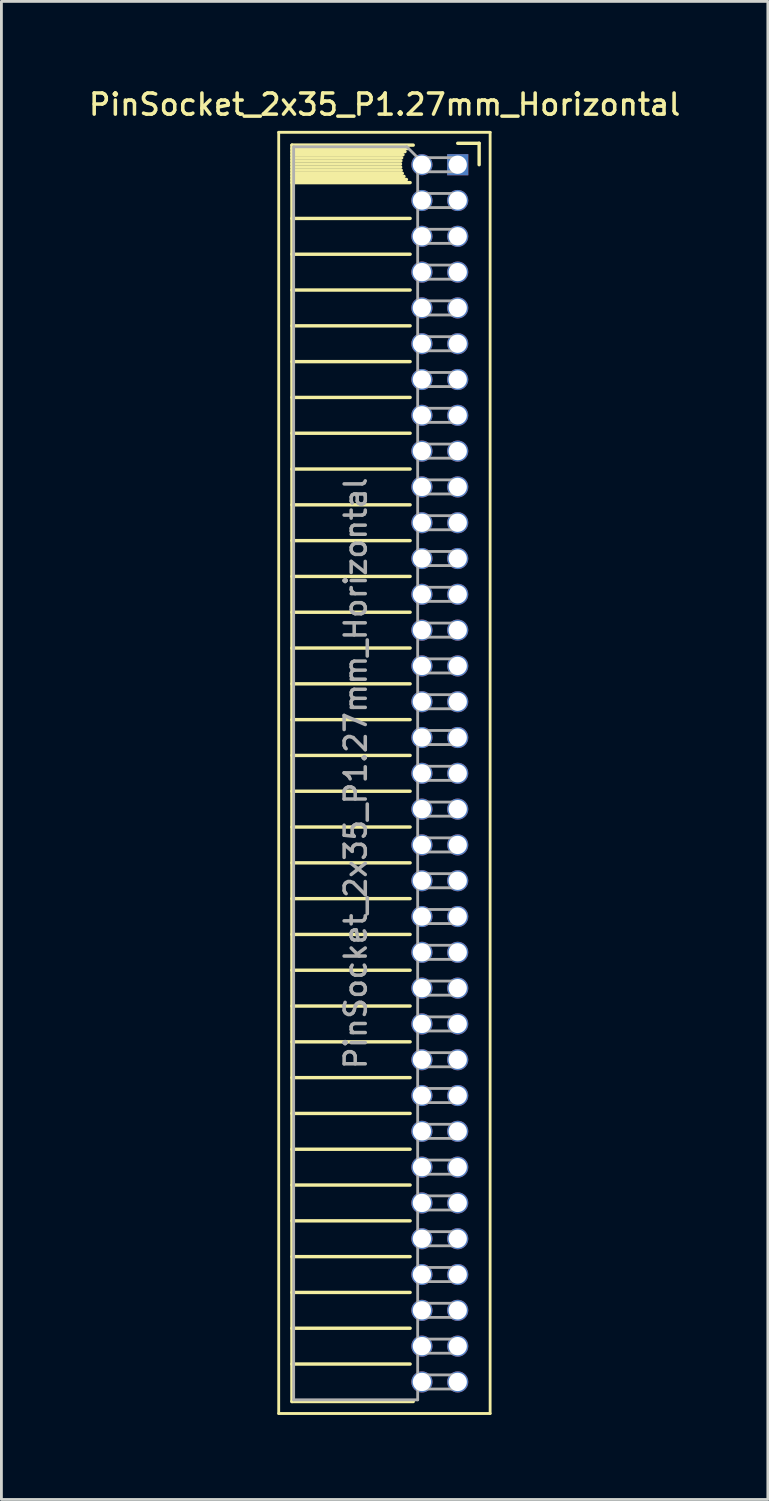
<source format=kicad_pcb>
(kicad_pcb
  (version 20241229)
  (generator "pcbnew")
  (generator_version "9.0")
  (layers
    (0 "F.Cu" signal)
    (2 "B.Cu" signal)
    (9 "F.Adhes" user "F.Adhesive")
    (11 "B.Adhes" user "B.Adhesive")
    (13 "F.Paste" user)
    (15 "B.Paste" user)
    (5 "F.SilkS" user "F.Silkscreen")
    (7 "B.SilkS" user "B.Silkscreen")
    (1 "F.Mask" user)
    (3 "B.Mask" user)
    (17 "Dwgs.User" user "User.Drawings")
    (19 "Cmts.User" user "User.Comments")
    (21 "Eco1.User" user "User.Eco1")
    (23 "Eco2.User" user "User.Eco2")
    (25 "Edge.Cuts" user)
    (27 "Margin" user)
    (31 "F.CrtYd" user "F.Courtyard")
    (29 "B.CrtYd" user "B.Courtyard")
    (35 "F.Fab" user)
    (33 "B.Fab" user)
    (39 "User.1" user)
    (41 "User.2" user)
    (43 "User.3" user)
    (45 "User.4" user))
  (footprint "PinSocket_2x35_P1.27mm_Horizontal"
    (layer "F.Cu")
    (at 13.187 2.793)
    (property "Reference" "PinSocket_2x35_P1.27mm_Horizontal" (at -2.592 -2.135 0) (layer "F.SilkS") (effects (font (size 0.75 0.75) (thickness 0.125))))
    (attr through_hole)
    (fp_line (start -6.35 -1.15) (end -6.35 44.3) (stroke (width 0.1) (type solid)) (layer "F.SilkS"))
    (fp_line (start -6.35 44.3) (end 1.15 44.3) (stroke (width 0.1) (type solid)) (layer "F.SilkS"))
    (fp_line (start -5.88 -0.695) (end -5.88 43.875) (stroke (width 0.12) (type solid)) (layer "F.SilkS"))
    (fp_line (start -5.88 -0.695) (end -1.578 -0.695) (stroke (width 0.12) (type solid)) (layer "F.SilkS"))
    (fp_line (start -5.88 -0.575) (end -1.767 -0.575) (stroke (width 0.12) (type solid)) (layer "F.SilkS"))
    (fp_line (start -5.88 -0.465) (end -1.871 -0.465) (stroke (width 0.12) (type solid)) (layer "F.SilkS"))
    (fp_line (start -5.88 -0.355) (end -1.942 -0.355) (stroke (width 0.12) (type solid)) (layer "F.SilkS"))
    (fp_line (start -5.88 -0.245) (end -1.989 -0.245) (stroke (width 0.12) (type solid)) (layer "F.SilkS"))
    (fp_line (start -5.88 -0.135) (end -2.018 -0.135) (stroke (width 0.12) (type solid)) (layer "F.SilkS"))
    (fp_line (start -5.88 -0.025) (end -2.03 -0.025) (stroke (width 0.12) (type solid)) (layer "F.SilkS"))
    (fp_line (start -5.88 0.085) (end -2.025 0.085) (stroke (width 0.12) (type solid)) (layer "F.SilkS"))
    (fp_line (start -5.88 0.195) (end -2.005 0.195) (stroke (width 0.12) (type solid)) (layer "F.SilkS"))
    (fp_line (start -5.88 0.305) (end -1.966 0.305) (stroke (width 0.12) (type solid)) (layer "F.SilkS"))
    (fp_line (start -5.88 0.415) (end -1.907 0.415) (stroke (width 0.12) (type solid)) (layer "F.SilkS"))
    (fp_line (start -5.88 0.525) (end -1.82 0.525) (stroke (width 0.12) (type solid)) (layer "F.SilkS"))
    (fp_line (start -5.88 0.635) (end -1.688 0.635) (stroke (width 0.12) (type solid)) (layer "F.SilkS"))
    (fp_line (start -5.88 1.905) (end -1.688 1.905) (stroke (width 0.12) (type solid)) (layer "F.SilkS"))
    (fp_line (start -5.88 3.175) (end -1.688 3.175) (stroke (width 0.12) (type solid)) (layer "F.SilkS"))
    (fp_line (start -5.88 4.445) (end -1.688 4.445) (stroke (width 0.12) (type solid)) (layer "F.SilkS"))
    (fp_line (start -5.88 5.715) (end -1.688 5.715) (stroke (width 0.12) (type solid)) (layer "F.SilkS"))
    (fp_line (start -5.88 6.985) (end -1.688 6.985) (stroke (width 0.12) (type solid)) (layer "F.SilkS"))
    (fp_line (start -5.88 8.255) (end -1.688 8.255) (stroke (width 0.12) (type solid)) (layer "F.SilkS"))
    (fp_line (start -5.88 9.525) (end -1.688 9.525) (stroke (width 0.12) (type solid)) (layer "F.SilkS"))
    (fp_line (start -5.88 10.795) (end -1.688 10.795) (stroke (width 0.12) (type solid)) (layer "F.SilkS"))
    (fp_line (start -5.88 12.065) (end -1.688 12.065) (stroke (width 0.12) (type solid)) (layer "F.SilkS"))
    (fp_line (start -5.88 13.335) (end -1.688 13.335) (stroke (width 0.12) (type solid)) (layer "F.SilkS"))
    (fp_line (start -5.88 14.605) (end -1.688 14.605) (stroke (width 0.12) (type solid)) (layer "F.SilkS"))
    (fp_line (start -5.88 15.875) (end -1.688 15.875) (stroke (width 0.12) (type solid)) (layer "F.SilkS"))
    (fp_line (start -5.88 17.145) (end -1.688 17.145) (stroke (width 0.12) (type solid)) (layer "F.SilkS"))
    (fp_line (start -5.88 18.415) (end -1.688 18.415) (stroke (width 0.12) (type solid)) (layer "F.SilkS"))
    (fp_line (start -5.88 19.685) (end -1.688 19.685) (stroke (width 0.12) (type solid)) (layer "F.SilkS"))
    (fp_line (start -5.88 20.955) (end -1.688 20.955) (stroke (width 0.12) (type solid)) (layer "F.SilkS"))
    (fp_line (start -5.88 22.225) (end -1.688 22.225) (stroke (width 0.12) (type solid)) (layer "F.SilkS"))
    (fp_line (start -5.88 23.495) (end -1.688 23.495) (stroke (width 0.12) (type solid)) (layer "F.SilkS"))
    (fp_line (start -5.88 24.765) (end -1.688 24.765) (stroke (width 0.12) (type solid)) (layer "F.SilkS"))
    (fp_line (start -5.88 26.035) (end -1.688 26.035) (stroke (width 0.12) (type solid)) (layer "F.SilkS"))
    (fp_line (start -5.88 27.305) (end -1.688 27.305) (stroke (width 0.12) (type solid)) (layer "F.SilkS"))
    (fp_line (start -5.88 28.575) (end -1.688 28.575) (stroke (width 0.12) (type solid)) (layer "F.SilkS"))
    (fp_line (start -5.88 29.845) (end -1.688 29.845) (stroke (width 0.12) (type solid)) (layer "F.SilkS"))
    (fp_line (start -5.88 31.115) (end -1.688 31.115) (stroke (width 0.12) (type solid)) (layer "F.SilkS"))
    (fp_line (start -5.88 32.385) (end -1.688 32.385) (stroke (width 0.12) (type solid)) (layer "F.SilkS"))
    (fp_line (start -5.88 33.655) (end -1.688 33.655) (stroke (width 0.12) (type solid)) (layer "F.SilkS"))
    (fp_line (start -5.88 34.925) (end -1.688 34.925) (stroke (width 0.12) (type solid)) (layer "F.SilkS"))
    (fp_line (start -5.88 36.195) (end -1.688 36.195) (stroke (width 0.12) (type solid)) (layer "F.SilkS"))
    (fp_line (start -5.88 37.465) (end -1.688 37.465) (stroke (width 0.12) (type solid)) (layer "F.SilkS"))
    (fp_line (start -5.88 38.735) (end -1.688 38.735) (stroke (width 0.12) (type solid)) (layer "F.SilkS"))
    (fp_line (start -5.88 40.005) (end -1.688 40.005) (stroke (width 0.12) (type solid)) (layer "F.SilkS"))
    (fp_line (start -5.88 41.275) (end -1.688 41.275) (stroke (width 0.12) (type solid)) (layer "F.SilkS"))
    (fp_line (start -5.88 42.545) (end -1.688 42.545) (stroke (width 0.12) (type solid)) (layer "F.SilkS"))
    (fp_line (start -5.88 43.875) (end -1.578 43.875) (stroke (width 0.12) (type solid)) (layer "F.SilkS"))
    (fp_line (start 0 -0.76) (end 0.76 -0.76) (stroke (width 0.12) (type solid)) (layer "F.SilkS"))
    (fp_line (start 0.76 -0.76) (end 0.76 0) (stroke (width 0.12) (type solid)) (layer "F.SilkS"))
    (fp_line (start 1.15 -1.15) (end -6.35 -1.15) (stroke (width 0.1) (type solid)) (layer "F.SilkS"))
    (fp_line (start 1.15 44.3) (end 1.15 -1.15) (stroke (width 0.1) (type solid)) (layer "F.SilkS"))
    (fp_line (start -5.82 -0.635) (end -1.805 -0.635) (stroke (width 0.1) (type solid)) (layer "F.Fab"))
    (fp_line (start -5.82 43.815) (end -5.82 -0.635) (stroke (width 0.1) (type solid)) (layer "F.Fab"))
    (fp_line (start -1.805 -0.635) (end -1.42 -0.25) (stroke (width 0.1) (type solid)) (layer "F.Fab"))
    (fp_line (start -1.42 -0.25) (end -1.42 43.815) (stroke (width 0.1) (type solid)) (layer "F.Fab"))
    (fp_line (start -1.42 0.25) (end 0 0.25) (stroke (width 0.1) (type solid)) (layer "F.Fab"))
    (fp_line (start -1.42 1.52) (end 0 1.52) (stroke (width 0.1) (type solid)) (layer "F.Fab"))
    (fp_line (start -1.42 2.79) (end 0 2.79) (stroke (width 0.1) (type solid)) (layer "F.Fab"))
    (fp_line (start -1.42 4.06) (end 0 4.06) (stroke (width 0.1) (type solid)) (layer "F.Fab"))
    (fp_line (start -1.42 5.33) (end 0 5.33) (stroke (width 0.1) (type solid)) (layer "F.Fab"))
    (fp_line (start -1.42 6.6) (end 0 6.6) (stroke (width 0.1) (type solid)) (layer "F.Fab"))
    (fp_line (start -1.42 7.87) (end 0 7.87) (stroke (width 0.1) (type solid)) (layer "F.Fab"))
    (fp_line (start -1.42 9.14) (end 0 9.14) (stroke (width 0.1) (type solid)) (layer "F.Fab"))
    (fp_line (start -1.42 10.41) (end 0 10.41) (stroke (width 0.1) (type solid)) (layer "F.Fab"))
    (fp_line (start -1.42 11.68) (end 0 11.68) (stroke (width 0.1) (type solid)) (layer "F.Fab"))
    (fp_line (start -1.42 12.95) (end 0 12.95) (stroke (width 0.1) (type solid)) (layer "F.Fab"))
    (fp_line (start -1.42 14.22) (end 0 14.22) (stroke (width 0.1) (type solid)) (layer "F.Fab"))
    (fp_line (start -1.42 15.49) (end 0 15.49) (stroke (width 0.1) (type solid)) (layer "F.Fab"))
    (fp_line (start -1.42 16.76) (end 0 16.76) (stroke (width 0.1) (type solid)) (layer "F.Fab"))
    (fp_line (start -1.42 18.03) (end 0 18.03) (stroke (width 0.1) (type solid)) (layer "F.Fab"))
    (fp_line (start -1.42 19.3) (end 0 19.3) (stroke (width 0.1) (type solid)) (layer "F.Fab"))
    (fp_line (start -1.42 20.57) (end 0 20.57) (stroke (width 0.1) (type solid)) (layer "F.Fab"))
    (fp_line (start -1.42 21.84) (end 0 21.84) (stroke (width 0.1) (type solid)) (layer "F.Fab"))
    (fp_line (start -1.42 23.11) (end 0 23.11) (stroke (width 0.1) (type solid)) (layer "F.Fab"))
    (fp_line (start -1.42 24.38) (end 0 24.38) (stroke (width 0.1) (type solid)) (layer "F.Fab"))
    (fp_line (start -1.42 25.65) (end 0 25.65) (stroke (width 0.1) (type solid)) (layer "F.Fab"))
    (fp_line (start -1.42 26.92) (end 0 26.92) (stroke (width 0.1) (type solid)) (layer "F.Fab"))
    (fp_line (start -1.42 28.19) (end 0 28.19) (stroke (width 0.1) (type solid)) (layer "F.Fab"))
    (fp_line (start -1.42 29.46) (end 0 29.46) (stroke (width 0.1) (type solid)) (layer "F.Fab"))
    (fp_line (start -1.42 30.73) (end 0 30.73) (stroke (width 0.1) (type solid)) (layer "F.Fab"))
    (fp_line (start -1.42 32) (end 0 32) (stroke (width 0.1) (type solid)) (layer "F.Fab"))
    (fp_line (start -1.42 33.27) (end 0 33.27) (stroke (width 0.1) (type solid)) (layer "F.Fab"))
    (fp_line (start -1.42 34.54) (end 0 34.54) (stroke (width 0.1) (type solid)) (layer "F.Fab"))
    (fp_line (start -1.42 35.81) (end 0 35.81) (stroke (width 0.1) (type solid)) (layer "F.Fab"))
    (fp_line (start -1.42 37.08) (end 0 37.08) (stroke (width 0.1) (type solid)) (layer "F.Fab"))
    (fp_line (start -1.42 38.35) (end 0 38.35) (stroke (width 0.1) (type solid)) (layer "F.Fab"))
    (fp_line (start -1.42 39.62) (end 0 39.62) (stroke (width 0.1) (type solid)) (layer "F.Fab"))
    (fp_line (start -1.42 40.89) (end 0 40.89) (stroke (width 0.1) (type solid)) (layer "F.Fab"))
    (fp_line (start -1.42 42.16) (end 0 42.16) (stroke (width 0.1) (type solid)) (layer "F.Fab"))
    (fp_line (start -1.42 43.43) (end 0 43.43) (stroke (width 0.1) (type solid)) (layer "F.Fab"))
    (fp_line (start -1.42 43.815) (end -5.82 43.815) (stroke (width 0.1) (type solid)) (layer "F.Fab"))
    (fp_line (start 0 -0.25) (end -1.42 -0.25) (stroke (width 0.1) (type solid)) (layer "F.Fab"))
    (fp_line (start 0 0.25) (end 0 -0.25) (stroke (width 0.1) (type solid)) (layer "F.Fab"))
    (fp_line (start 0 1.02) (end -1.42 1.02) (stroke (width 0.1) (type solid)) (layer "F.Fab"))
    (fp_line (start 0 1.52) (end 0 1.02) (stroke (width 0.1) (type solid)) (layer "F.Fab"))
    (fp_line (start 0 2.29) (end -1.42 2.29) (stroke (width 0.1) (type solid)) (layer "F.Fab"))
    (fp_line (start 0 2.79) (end 0 2.29) (stroke (width 0.1) (type solid)) (layer "F.Fab"))
    (fp_line (start 0 3.56) (end -1.42 3.56) (stroke (width 0.1) (type solid)) (layer "F.Fab"))
    (fp_line (start 0 4.06) (end 0 3.56) (stroke (width 0.1) (type solid)) (layer "F.Fab"))
    (fp_line (start 0 4.83) (end -1.42 4.83) (stroke (width 0.1) (type solid)) (layer "F.Fab"))
    (fp_line (start 0 5.33) (end 0 4.83) (stroke (width 0.1) (type solid)) (layer "F.Fab"))
    (fp_line (start 0 6.1) (end -1.42 6.1) (stroke (width 0.1) (type solid)) (layer "F.Fab"))
    (fp_line (start 0 6.6) (end 0 6.1) (stroke (width 0.1) (type solid)) (layer "F.Fab"))
    (fp_line (start 0 7.37) (end -1.42 7.37) (stroke (width 0.1) (type solid)) (layer "F.Fab"))
    (fp_line (start 0 7.87) (end 0 7.37) (stroke (width 0.1) (type solid)) (layer "F.Fab"))
    (fp_line (start 0 8.64) (end -1.42 8.64) (stroke (width 0.1) (type solid)) (layer "F.Fab"))
    (fp_line (start 0 9.14) (end 0 8.64) (stroke (width 0.1) (type solid)) (layer "F.Fab"))
    (fp_line (start 0 9.91) (end -1.42 9.91) (stroke (width 0.1) (type solid)) (layer "F.Fab"))
    (fp_line (start 0 10.41) (end 0 9.91) (stroke (width 0.1) (type solid)) (layer "F.Fab"))
    (fp_line (start 0 11.18) (end -1.42 11.18) (stroke (width 0.1) (type solid)) (layer "F.Fab"))
    (fp_line (start 0 11.68) (end 0 11.18) (stroke (width 0.1) (type solid)) (layer "F.Fab"))
    (fp_line (start 0 12.45) (end -1.42 12.45) (stroke (width 0.1) (type solid)) (layer "F.Fab"))
    (fp_line (start 0 12.95) (end 0 12.45) (stroke (width 0.1) (type solid)) (layer "F.Fab"))
    (fp_line (start 0 13.72) (end -1.42 13.72) (stroke (width 0.1) (type solid)) (layer "F.Fab"))
    (fp_line (start 0 14.22) (end 0 13.72) (stroke (width 0.1) (type solid)) (layer "F.Fab"))
    (fp_line (start 0 14.99) (end -1.42 14.99) (stroke (width 0.1) (type solid)) (layer "F.Fab"))
    (fp_line (start 0 15.49) (end 0 14.99) (stroke (width 0.1) (type solid)) (layer "F.Fab"))
    (fp_line (start 0 16.26) (end -1.42 16.26) (stroke (width 0.1) (type solid)) (layer "F.Fab"))
    (fp_line (start 0 16.76) (end 0 16.26) (stroke (width 0.1) (type solid)) (layer "F.Fab"))
    (fp_line (start 0 17.53) (end -1.42 17.53) (stroke (width 0.1) (type solid)) (layer "F.Fab"))
    (fp_line (start 0 18.03) (end 0 17.53) (stroke (width 0.1) (type solid)) (layer "F.Fab"))
    (fp_line (start 0 18.8) (end -1.42 18.8) (stroke (width 0.1) (type solid)) (layer "F.Fab"))
    (fp_line (start 0 19.3) (end 0 18.8) (stroke (width 0.1) (type solid)) (layer "F.Fab"))
    (fp_line (start 0 20.07) (end -1.42 20.07) (stroke (width 0.1) (type solid)) (layer "F.Fab"))
    (fp_line (start 0 20.57) (end 0 20.07) (stroke (width 0.1) (type solid)) (layer "F.Fab"))
    (fp_line (start 0 21.34) (end -1.42 21.34) (stroke (width 0.1) (type solid)) (layer "F.Fab"))
    (fp_line (start 0 21.84) (end 0 21.34) (stroke (width 0.1) (type solid)) (layer "F.Fab"))
    (fp_line (start 0 22.61) (end -1.42 22.61) (stroke (width 0.1) (type solid)) (layer "F.Fab"))
    (fp_line (start 0 23.11) (end 0 22.61) (stroke (width 0.1) (type solid)) (layer "F.Fab"))
    (fp_line (start 0 23.88) (end -1.42 23.88) (stroke (width 0.1) (type solid)) (layer "F.Fab"))
    (fp_line (start 0 24.38) (end 0 23.88) (stroke (width 0.1) (type solid)) (layer "F.Fab"))
    (fp_line (start 0 25.15) (end -1.42 25.15) (stroke (width 0.1) (type solid)) (layer "F.Fab"))
    (fp_line (start 0 25.65) (end 0 25.15) (stroke (width 0.1) (type solid)) (layer "F.Fab"))
    (fp_line (start 0 26.42) (end -1.42 26.42) (stroke (width 0.1) (type solid)) (layer "F.Fab"))
    (fp_line (start 0 26.92) (end 0 26.42) (stroke (width 0.1) (type solid)) (layer "F.Fab"))
    (fp_line (start 0 27.69) (end -1.42 27.69) (stroke (width 0.1) (type solid)) (layer "F.Fab"))
    (fp_line (start 0 28.19) (end 0 27.69) (stroke (width 0.1) (type solid)) (layer "F.Fab"))
    (fp_line (start 0 28.96) (end -1.42 28.96) (stroke (width 0.1) (type solid)) (layer "F.Fab"))
    (fp_line (start 0 29.46) (end 0 28.96) (stroke (width 0.1) (type solid)) (layer "F.Fab"))
    (fp_line (start 0 30.23) (end -1.42 30.23) (stroke (width 0.1) (type solid)) (layer "F.Fab"))
    (fp_line (start 0 30.73) (end 0 30.23) (stroke (width 0.1) (type solid)) (layer "F.Fab"))
    (fp_line (start 0 31.5) (end -1.42 31.5) (stroke (width 0.1) (type solid)) (layer "F.Fab"))
    (fp_line (start 0 32) (end 0 31.5) (stroke (width 0.1) (type solid)) (layer "F.Fab"))
    (fp_line (start 0 32.77) (end -1.42 32.77) (stroke (width 0.1) (type solid)) (layer "F.Fab"))
    (fp_line (start 0 33.27) (end 0 32.77) (stroke (width 0.1) (type solid)) (layer "F.Fab"))
    (fp_line (start 0 34.04) (end -1.42 34.04) (stroke (width 0.1) (type solid)) (layer "F.Fab"))
    (fp_line (start 0 34.54) (end 0 34.04) (stroke (width 0.1) (type solid)) (layer "F.Fab"))
    (fp_line (start 0 35.31) (end -1.42 35.31) (stroke (width 0.1) (type solid)) (layer "F.Fab"))
    (fp_line (start 0 35.81) (end 0 35.31) (stroke (width 0.1) (type solid)) (layer "F.Fab"))
    (fp_line (start 0 36.58) (end -1.42 36.58) (stroke (width 0.1) (type solid)) (layer "F.Fab"))
    (fp_line (start 0 37.08) (end 0 36.58) (stroke (width 0.1) (type solid)) (layer "F.Fab"))
    (fp_line (start 0 37.85) (end -1.42 37.85) (stroke (width 0.1) (type solid)) (layer "F.Fab"))
    (fp_line (start 0 38.35) (end 0 37.85) (stroke (width 0.1) (type solid)) (layer "F.Fab"))
    (fp_line (start 0 39.12) (end -1.42 39.12) (stroke (width 0.1) (type solid)) (layer "F.Fab"))
    (fp_line (start 0 39.62) (end 0 39.12) (stroke (width 0.1) (type solid)) (layer "F.Fab"))
    (fp_line (start 0 40.39) (end -1.42 40.39) (stroke (width 0.1) (type solid)) (layer "F.Fab"))
    (fp_line (start 0 40.89) (end 0 40.39) (stroke (width 0.1) (type solid)) (layer "F.Fab"))
    (fp_line (start 0 41.66) (end -1.42 41.66) (stroke (width 0.1) (type solid)) (layer "F.Fab"))
    (fp_line (start 0 42.16) (end 0 41.66) (stroke (width 0.1) (type solid)) (layer "F.Fab"))
    (fp_line (start 0 42.93) (end -1.42 42.93) (stroke (width 0.1) (type solid)) (layer "F.Fab"))
    (fp_line (start 0 43.43) (end 0 42.93) (stroke (width 0.1) (type solid)) (layer "F.Fab"))
    (fp_text user "${REFERENCE}" (at -3.62 21.59 90) (layer "F.Fab") (effects (font (size 0.75 0.75) (thickness 0.125))))
    (pad "1" thru_hole rect (at 0 0) (size 0.75 0.75) (drill 0.65) (layers "*.Cu" "*.Mask"))
    (pad "2" thru_hole oval (at -1.27 0) (size 0.75 0.75) (drill 0.65) (layers "*.Cu" "*.Mask"))
    (pad "3" thru_hole oval (at 0 1.27) (size 0.75 0.75) (drill 0.65) (layers "*.Cu" "*.Mask"))
    (pad "4" thru_hole oval (at -1.27 1.27) (size 0.75 0.75) (drill 0.65) (layers "*.Cu" "*.Mask"))
    (pad "5" thru_hole oval (at 0 2.54) (size 0.75 0.75) (drill 0.65) (layers "*.Cu" "*.Mask"))
    (pad "6" thru_hole oval (at -1.27 2.54) (size 0.75 0.75) (drill 0.65) (layers "*.Cu" "*.Mask"))
    (pad "7" thru_hole oval (at 0 3.81) (size 0.75 0.75) (drill 0.65) (layers "*.Cu" "*.Mask"))
    (pad "8" thru_hole oval (at -1.27 3.81) (size 0.75 0.75) (drill 0.65) (layers "*.Cu" "*.Mask"))
    (pad "9" thru_hole oval (at 0 5.08) (size 0.75 0.75) (drill 0.65) (layers "*.Cu" "*.Mask"))
    (pad "10" thru_hole oval (at -1.27 5.08) (size 0.75 0.75) (drill 0.65) (layers "*.Cu" "*.Mask"))
    (pad "11" thru_hole oval (at 0 6.35) (size 0.75 0.75) (drill 0.65) (layers "*.Cu" "*.Mask"))
    (pad "12" thru_hole oval (at -1.27 6.35) (size 0.75 0.75) (drill 0.65) (layers "*.Cu" "*.Mask"))
    (pad "13" thru_hole oval (at 0 7.62) (size 0.75 0.75) (drill 0.65) (layers "*.Cu" "*.Mask"))
    (pad "14" thru_hole oval (at -1.27 7.62) (size 0.75 0.75) (drill 0.65) (layers "*.Cu" "*.Mask"))
    (pad "15" thru_hole oval (at 0 8.89) (size 0.75 0.75) (drill 0.65) (layers "*.Cu" "*.Mask"))
    (pad "16" thru_hole oval (at -1.27 8.89) (size 0.75 0.75) (drill 0.65) (layers "*.Cu" "*.Mask"))
    (pad "17" thru_hole oval (at 0 10.16) (size 0.75 0.75) (drill 0.65) (layers "*.Cu" "*.Mask"))
    (pad "18" thru_hole oval (at -1.27 10.16) (size 0.75 0.75) (drill 0.65) (layers "*.Cu" "*.Mask"))
    (pad "19" thru_hole oval (at 0 11.43) (size 0.75 0.75) (drill 0.65) (layers "*.Cu" "*.Mask"))
    (pad "20" thru_hole oval (at -1.27 11.43) (size 0.75 0.75) (drill 0.65) (layers "*.Cu" "*.Mask"))
    (pad "21" thru_hole oval (at 0 12.7) (size 0.75 0.75) (drill 0.65) (layers "*.Cu" "*.Mask"))
    (pad "22" thru_hole oval (at -1.27 12.7) (size 0.75 0.75) (drill 0.65) (layers "*.Cu" "*.Mask"))
    (pad "23" thru_hole oval (at 0 13.97) (size 0.75 0.75) (drill 0.65) (layers "*.Cu" "*.Mask"))
    (pad "24" thru_hole oval (at -1.27 13.97) (size 0.75 0.75) (drill 0.65) (layers "*.Cu" "*.Mask"))
    (pad "25" thru_hole oval (at 0 15.24) (size 0.75 0.75) (drill 0.65) (layers "*.Cu" "*.Mask"))
    (pad "26" thru_hole oval (at -1.27 15.24) (size 0.75 0.75) (drill 0.65) (layers "*.Cu" "*.Mask"))
    (pad "27" thru_hole oval (at 0 16.51) (size 0.75 0.75) (drill 0.65) (layers "*.Cu" "*.Mask"))
    (pad "28" thru_hole oval (at -1.27 16.51) (size 0.75 0.75) (drill 0.65) (layers "*.Cu" "*.Mask"))
    (pad "29" thru_hole oval (at 0 17.78) (size 0.75 0.75) (drill 0.65) (layers "*.Cu" "*.Mask"))
    (pad "30" thru_hole oval (at -1.27 17.78) (size 0.75 0.75) (drill 0.65) (layers "*.Cu" "*.Mask"))
    (pad "31" thru_hole oval (at 0 19.05) (size 0.75 0.75) (drill 0.65) (layers "*.Cu" "*.Mask"))
    (pad "32" thru_hole oval (at -1.27 19.05) (size 0.75 0.75) (drill 0.65) (layers "*.Cu" "*.Mask"))
    (pad "33" thru_hole oval (at 0 20.32) (size 0.75 0.75) (drill 0.65) (layers "*.Cu" "*.Mask"))
    (pad "34" thru_hole oval (at -1.27 20.32) (size 0.75 0.75) (drill 0.65) (layers "*.Cu" "*.Mask"))
    (pad "35" thru_hole oval (at 0 21.59) (size 0.75 0.75) (drill 0.65) (layers "*.Cu" "*.Mask"))
    (pad "36" thru_hole oval (at -1.27 21.59) (size 0.75 0.75) (drill 0.65) (layers "*.Cu" "*.Mask"))
    (pad "37" thru_hole oval (at 0 22.86) (size 0.75 0.75) (drill 0.65) (layers "*.Cu" "*.Mask"))
    (pad "38" thru_hole oval (at -1.27 22.86) (size 0.75 0.75) (drill 0.65) (layers "*.Cu" "*.Mask"))
    (pad "39" thru_hole oval (at 0 24.13) (size 0.75 0.75) (drill 0.65) (layers "*.Cu" "*.Mask"))
    (pad "40" thru_hole oval (at -1.27 24.13) (size 0.75 0.75) (drill 0.65) (layers "*.Cu" "*.Mask"))
    (pad "41" thru_hole oval (at 0 25.4) (size 0.75 0.75) (drill 0.65) (layers "*.Cu" "*.Mask"))
    (pad "42" thru_hole oval (at -1.27 25.4) (size 0.75 0.75) (drill 0.65) (layers "*.Cu" "*.Mask"))
    (pad "43" thru_hole oval (at 0 26.67) (size 0.75 0.75) (drill 0.65) (layers "*.Cu" "*.Mask"))
    (pad "44" thru_hole oval (at -1.27 26.67) (size 0.75 0.75) (drill 0.65) (layers "*.Cu" "*.Mask"))
    (pad "45" thru_hole oval (at 0 27.94) (size 0.75 0.75) (drill 0.65) (layers "*.Cu" "*.Mask"))
    (pad "46" thru_hole oval (at -1.27 27.94) (size 0.75 0.75) (drill 0.65) (layers "*.Cu" "*.Mask"))
    (pad "47" thru_hole oval (at 0 29.21) (size 0.75 0.75) (drill 0.65) (layers "*.Cu" "*.Mask"))
    (pad "48" thru_hole oval (at -1.27 29.21) (size 0.75 0.75) (drill 0.65) (layers "*.Cu" "*.Mask"))
    (pad "49" thru_hole oval (at 0 30.48) (size 0.75 0.75) (drill 0.65) (layers "*.Cu" "*.Mask"))
    (pad "50" thru_hole oval (at -1.27 30.48) (size 0.75 0.75) (drill 0.65) (layers "*.Cu" "*.Mask"))
    (pad "51" thru_hole oval (at 0 31.75) (size 0.75 0.75) (drill 0.65) (layers "*.Cu" "*.Mask"))
    (pad "52" thru_hole oval (at -1.27 31.75) (size 0.75 0.75) (drill 0.65) (layers "*.Cu" "*.Mask"))
    (pad "53" thru_hole oval (at 0 33.02) (size 0.75 0.75) (drill 0.65) (layers "*.Cu" "*.Mask"))
    (pad "54" thru_hole oval (at -1.27 33.02) (size 0.75 0.75) (drill 0.65) (layers "*.Cu" "*.Mask"))
    (pad "55" thru_hole oval (at 0 34.29) (size 0.75 0.75) (drill 0.65) (layers "*.Cu" "*.Mask"))
    (pad "56" thru_hole oval (at -1.27 34.29) (size 0.75 0.75) (drill 0.65) (layers "*.Cu" "*.Mask"))
    (pad "57" thru_hole oval (at 0 35.56) (size 0.75 0.75) (drill 0.65) (layers "*.Cu" "*.Mask"))
    (pad "58" thru_hole oval (at -1.27 35.56) (size 0.75 0.75) (drill 0.65) (layers "*.Cu" "*.Mask"))
    (pad "59" thru_hole oval (at 0 36.83) (size 0.75 0.75) (drill 0.65) (layers "*.Cu" "*.Mask"))
    (pad "60" thru_hole oval (at -1.27 36.83) (size 0.75 0.75) (drill 0.65) (layers "*.Cu" "*.Mask"))
    (pad "61" thru_hole oval (at 0 38.1) (size 0.75 0.75) (drill 0.65) (layers "*.Cu" "*.Mask"))
    (pad "62" thru_hole oval (at -1.27 38.1) (size 0.75 0.75) (drill 0.65) (layers "*.Cu" "*.Mask"))
    (pad "63" thru_hole oval (at 0 39.37) (size 0.75 0.75) (drill 0.65) (layers "*.Cu" "*.Mask"))
    (pad "64" thru_hole oval (at -1.27 39.37) (size 0.75 0.75) (drill 0.65) (layers "*.Cu" "*.Mask"))
    (pad "65" thru_hole oval (at 0 40.64) (size 0.75 0.75) (drill 0.65) (layers "*.Cu" "*.Mask"))
    (pad "66" thru_hole oval (at -1.27 40.64) (size 0.75 0.75) (drill 0.65) (layers "*.Cu" "*.Mask"))
    (pad "67" thru_hole oval (at 0 41.91) (size 0.75 0.75) (drill 0.65) (layers "*.Cu" "*.Mask"))
    (pad "68" thru_hole oval (at -1.27 41.91) (size 0.75 0.75) (drill 0.65) (layers "*.Cu" "*.Mask"))
    (pad "69" thru_hole oval (at 0 43.18) (size 0.75 0.75) (drill 0.65) (layers "*.Cu" "*.Mask"))
    (pad "70" thru_hole oval (at -1.27 43.18) (size 0.75 0.75) (drill 0.65) (layers "*.Cu" "*.Mask")))
  (gr_rect
    (start -3 -3)
    (end 24.189 50.143)
    (stroke (width 0.1) (type default))
    (fill no)
    (layer "Edge.Cuts")))
</source>
